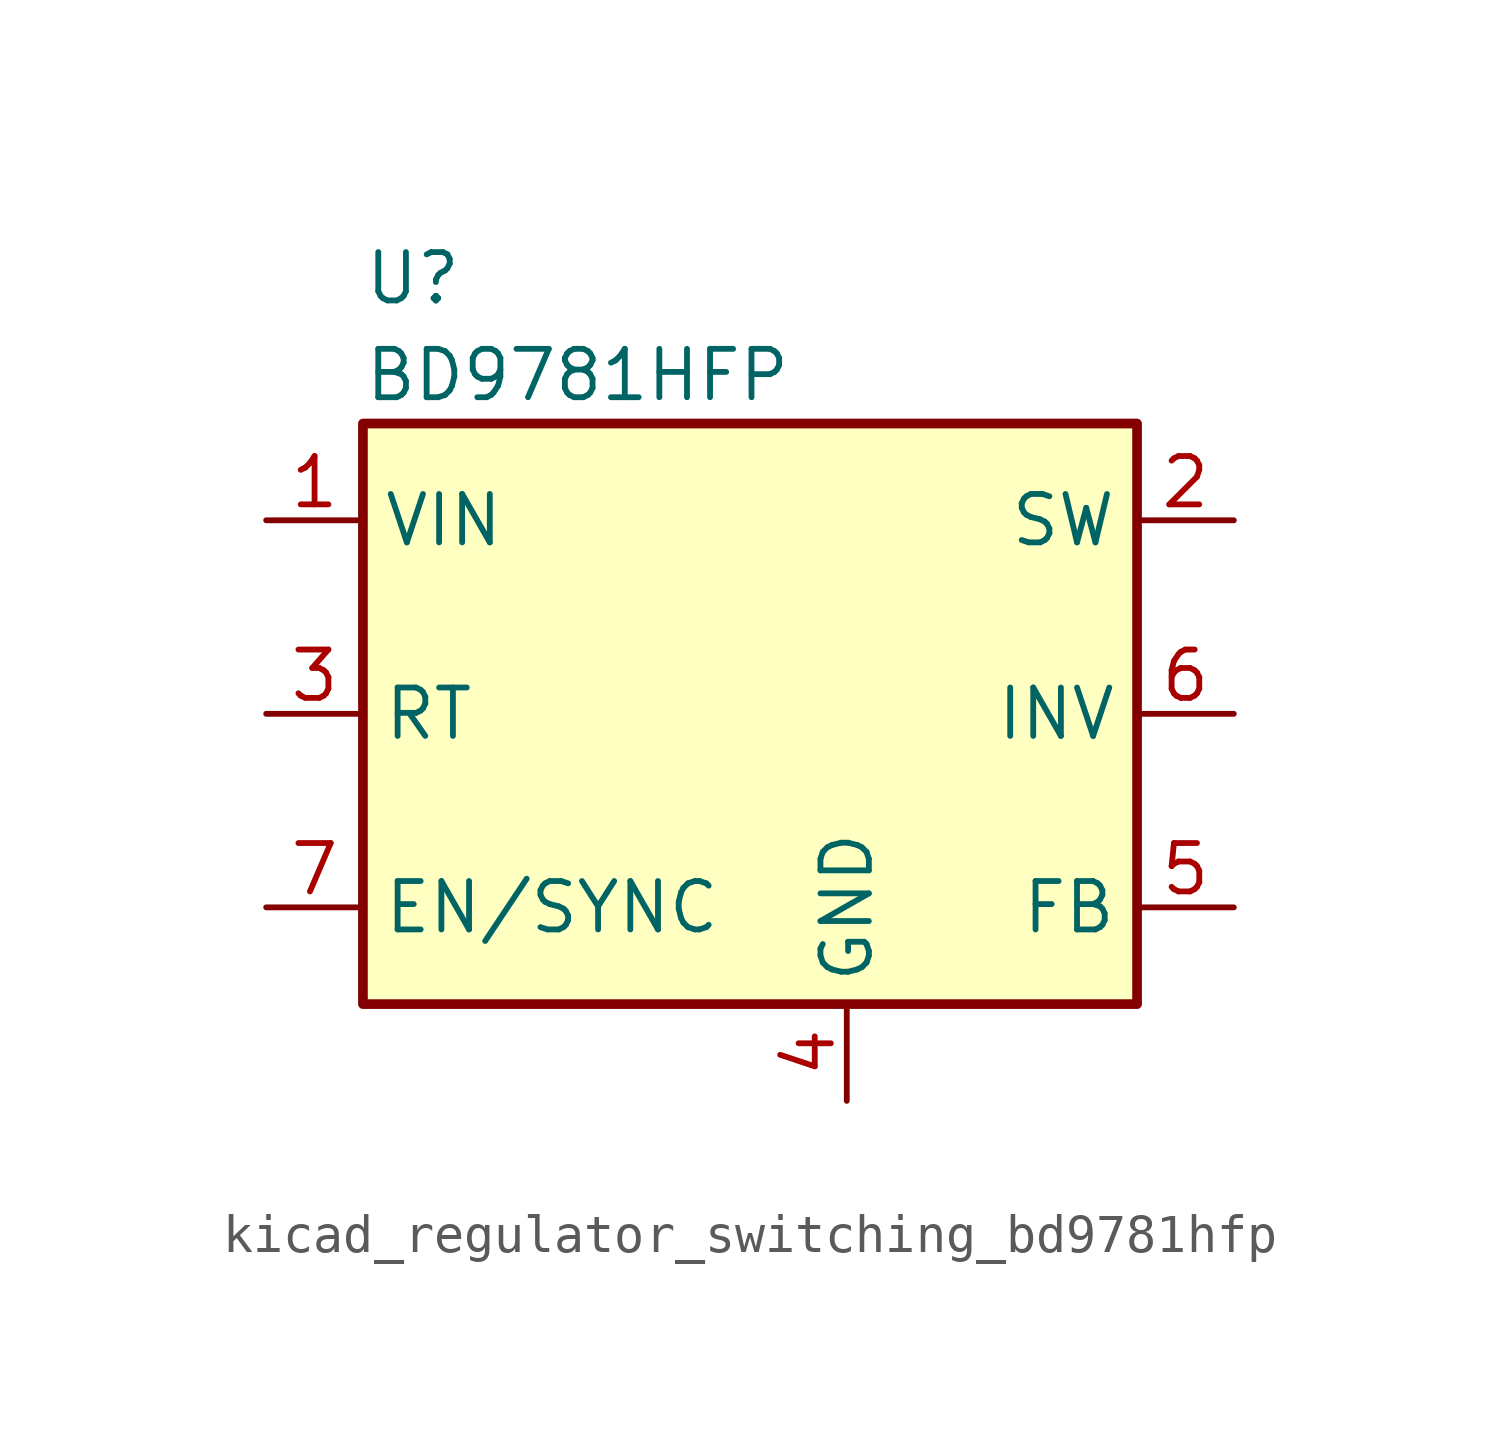
<source format=kicad_sym>
(kicad_symbol_lib
  (version 20220914)
  (generator kicad_symbol_editor)
  (symbol "kicad_regulator_switching_bd9781hfp"
    (property "Reference" "U"
      (at -10.16 11.43 0)
      (effects (font (size 1.27 1.27)) (justify left)))
    (property "Value" "BD9781HFP"
      (at -10.16 8.89 0)
      (effects (font (size 1.27 1.27)) (justify left)))
    (symbol "kicad_regulator_switching_bd9781hfp_0_1"
      (rectangle (start -10.16 7.62) (end 10.16 -7.62) (stroke (width 0.254) (type default)) (fill (type background))))
    (symbol "kicad_regulator_switching_bd9781hfp_1_1"
      (pin power_in line (at -12.7 5.08 0) (length 2.54) (name "VIN" (effects (font (size 1.27 1.27)))) (number "1" (effects (font (size 1.27 1.27)))))
      (pin output line (at 12.7 5.08 180) (length 2.54) (name "SW" (effects (font (size 1.27 1.27)))) (number "2" (effects (font (size 1.27 1.27)))))
      (pin passive line (at -12.7 0 0) (length 2.54) (name "RT" (effects (font (size 1.27 1.27)))) (number "3" (effects (font (size 1.27 1.27)))))
      (pin power_in line (at 2.54 -10.16 90) (length 2.54) (name "GND" (effects (font (size 1.27 1.27)))) (number "4" (effects (font (size 1.27 1.27)))))
      (pin passive line (at 12.7 -5.08 180) (length 2.54) (name "FB" (effects (font (size 1.27 1.27)))) (number "5" (effects (font (size 1.27 1.27)))))
      (pin input line (at 12.7 0 180) (length 2.54) (name "INV" (effects (font (size 1.27 1.27)))) (number "6" (effects (font (size 1.27 1.27)))))
      (pin passive line (at -12.7 -5.08 0) (length 2.54) (name "EN/SYNC" (effects (font (size 1.27 1.27)))) (number "7" (effects (font (size 1.27 1.27))))))))
</source>
